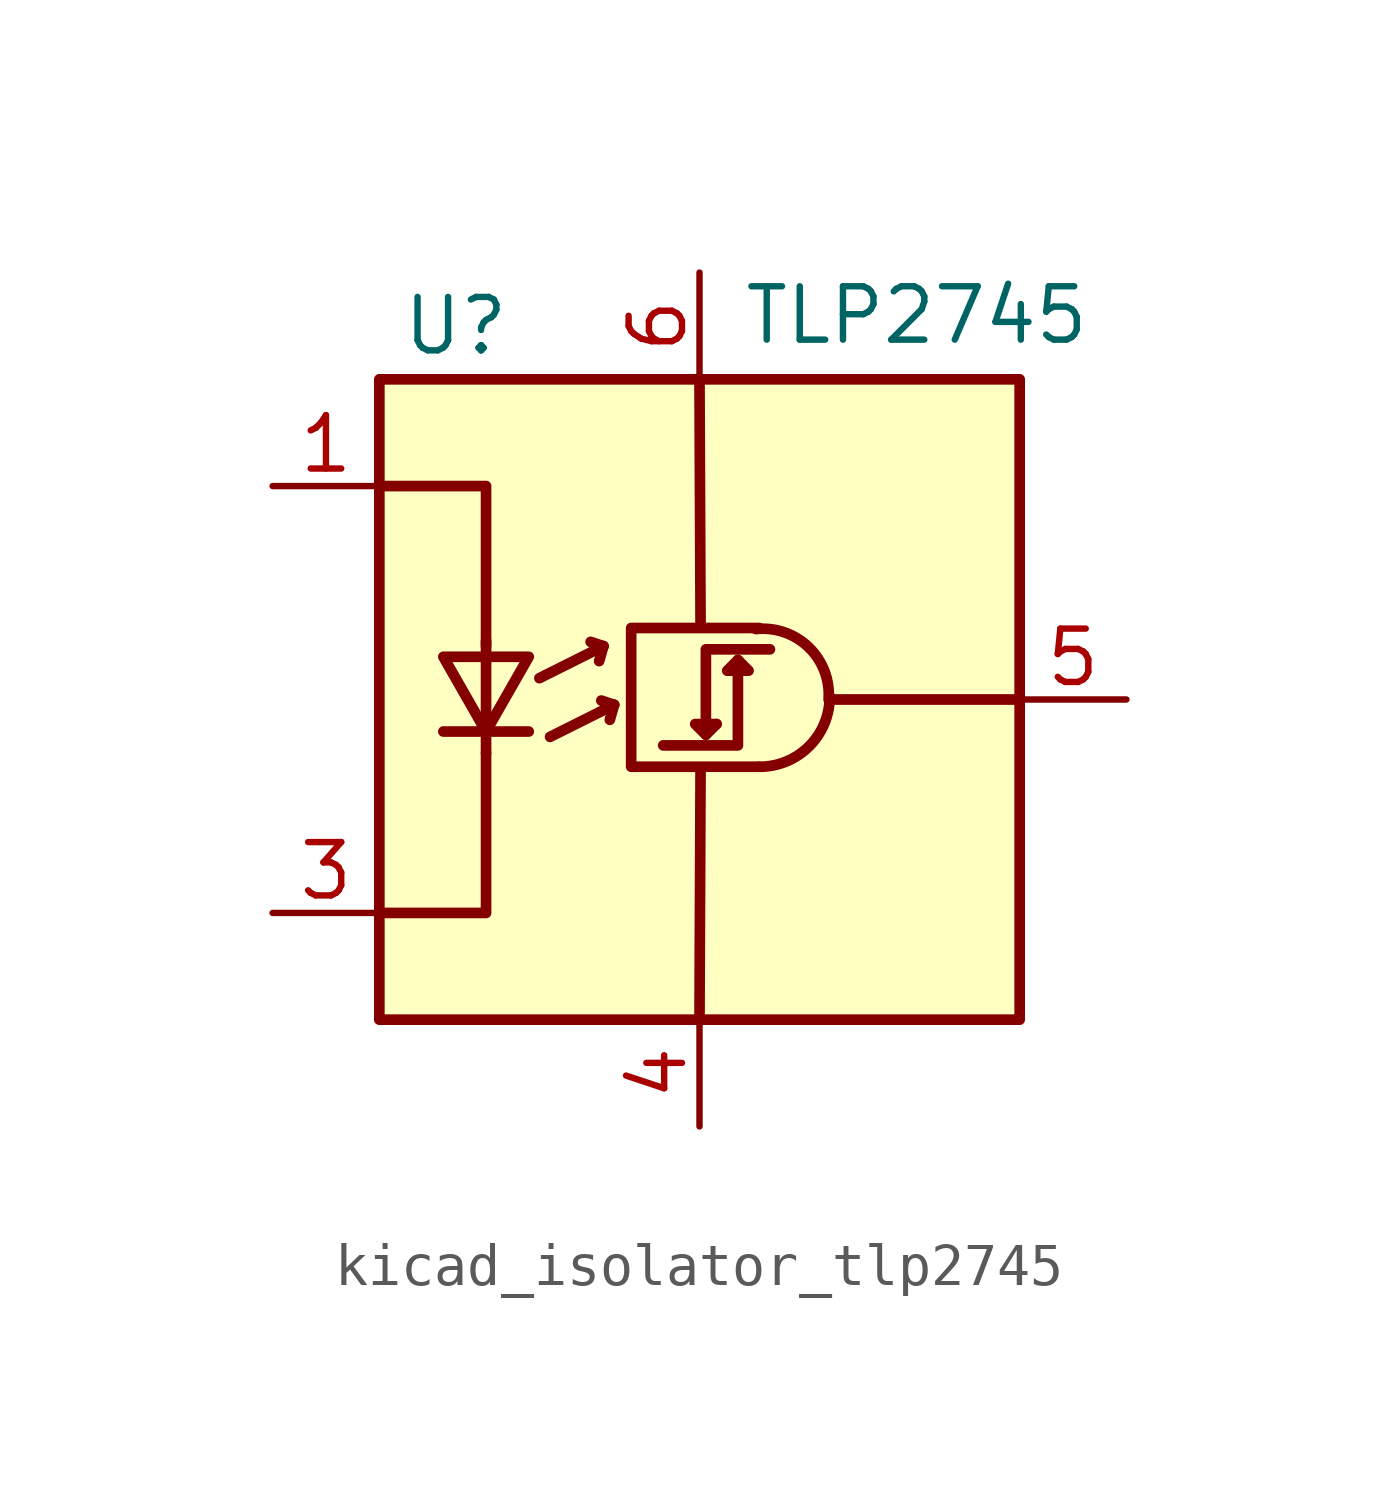
<source format=kicad_sym>
(kicad_symbol_lib
  (version 20220914)
  (generator kicad_symbol_editor)
  (symbol "kicad_isolator_tlp2745"
    (pin_names
      (offset 1.016) hide)
    (property "Reference" "U"
      (at -7.112 8.89 0)
      (effects (font (size 1.27 1.27)) (justify left)))
    (property "Value" "TLP2745"
      (at 1.016 9.144 0)
      (effects (font (size 1.27 1.27)) (justify left)))
    (symbol "kicad_isolator_tlp2745_0_1"
      (rectangle (start -7.62 7.62) (end 7.62 -7.62) (stroke (width 0.254) (type default)) (fill (type background)))
      (polyline (pts (xy -6.096 -0.762) (xy -4.064 -0.762)) (stroke (width 0.254) (type default)) (fill (type none)))
      (polyline (pts (xy -5.08 -0.762) (xy -5.08 -1.27)) (stroke (width 0.254) (type default)) (fill (type none)))
      (polyline (pts (xy -5.08 1.016) (xy -5.08 -0.762)) (stroke (width 0.254) (type default)) (fill (type none)))
      (polyline (pts (xy -5.08 1.016) (xy -5.08 1.397)) (stroke (width 0.254) (type default)) (fill (type none)))
      (polyline (pts (xy -3.81 0.508) (xy -2.286 1.27)) (stroke (width 0.254) (type default)) (fill (type none)))
      (polyline (pts (xy -3.556 -0.889) (xy -2.032 -0.127)) (stroke (width 0.254) (type default)) (fill (type none)))
      (polyline (pts (xy -2.286 1.27) (xy -2.591 1.372)) (stroke (width 0.254) (type default)) (fill (type none)))
      (polyline (pts (xy -2.286 1.27) (xy -2.388 0.914)) (stroke (width 0.254) (type default)) (fill (type none)))
      (polyline (pts (xy -2.032 -0.127) (xy -2.337 -0.025)) (stroke (width 0.254) (type default)) (fill (type none)))
      (polyline (pts (xy -2.032 -0.127) (xy -2.134 -0.483)) (stroke (width 0.254) (type default)) (fill (type none)))
      (polyline (pts (xy 0 -7.62) (xy 0.025 -1.651)) (stroke (width 0.254) (type default)) (fill (type none)))
      (polyline (pts (xy 0 7.595) (xy 0.025 1.778)) (stroke (width 0.254) (type default)) (fill (type none)))
      (polyline (pts (xy 7.595 0) (xy 3.15 0)) (stroke (width 0.254) (type default)) (fill (type none)))
      (polyline (pts (xy -7.62 -5.08) (xy -5.08 -5.08) (xy -5.08 -1.27)) (stroke (width 0.254) (type default)) (fill (type none)))
      (polyline (pts (xy -5.08 1.27) (xy -5.08 5.08) (xy -7.62 5.08)) (stroke (width 0.254) (type default)) (fill (type none)))
      (polyline (pts (xy 0.152 -0.838) (xy -0.102 -0.584) (xy 0.406 -0.584)) (stroke (width 0.254) (type default)) (fill (type none)))
      (polyline (pts (xy 0.914 0.94) (xy 0.914 -1.092) (xy -0.864 -1.092)) (stroke (width 0.254) (type default)) (fill (type none)))
      (polyline (pts (xy -6.096 1.016) (xy -4.064 1.016) (xy -5.08 -0.762) (xy -6.096 1.016)) (stroke (width 0.254) (type default)) (fill (type none)))
      (polyline (pts (xy 0.914 0.94) (xy 0.66 0.686) (xy 1.168 0.686) (xy 0.914 0.94)) (stroke (width 0.254) (type default)) (fill (type none)))
      (polyline (pts (xy 1.422 1.702) (xy -1.626 1.702) (xy -1.626 -1.6) (xy 1.422 -1.6)) (stroke (width 0.254) (type default)) (fill (type none)))
      (polyline (pts (xy 1.676 1.194) (xy 0.152 1.194) (xy 0.152 -0.838) (xy 0.406 -0.584)) (stroke (width 0.254) (type default)) (fill (type none)))
      (arc (start 1.4224 -1.6002) (mid 2.6101 -1.1115) (end 3.0988 0.0762) (stroke (width 0.254) (type default)) (fill (type none)))
      (arc (start 3.0734 0) (mid 2.6011 1.2413) (end 1.3462 1.6764) (stroke (width 0.254) (type default)) (fill (type none))))
    (symbol "kicad_isolator_tlp2745_1_1"
      (pin passive line (at -10.16 5.08 0) (length 2.54) (name "A" (effects (font (size 1.27 1.27)))) (number "1" (effects (font (size 1.27 1.27)))))
      (pin no_connect line (at -7.62 0 0) (length 2.54) hide (name "NC" (effects (font (size 1.27 1.27)))) (number "2" (effects (font (size 1.27 1.27)))))
      (pin passive line (at -10.16 -5.08 0) (length 2.54) (name "K" (effects (font (size 1.27 1.27)))) (number "3" (effects (font (size 1.27 1.27)))))
      (pin power_in line (at 0 -10.16 90) (length 2.54) (name "GND" (effects (font (size 1.27 1.27)))) (number "4" (effects (font (size 1.27 1.27)))))
      (pin output line (at 10.16 0 180) (length 2.54) (name "VO" (effects (font (size 1.27 1.27)))) (number "5" (effects (font (size 1.27 1.27)))))
      (pin power_in line (at 0 10.16 270) (length 2.54) (name "VDD" (effects (font (size 1.27 1.27)))) (number "6" (effects (font (size 1.27 1.27))))))))
</source>
